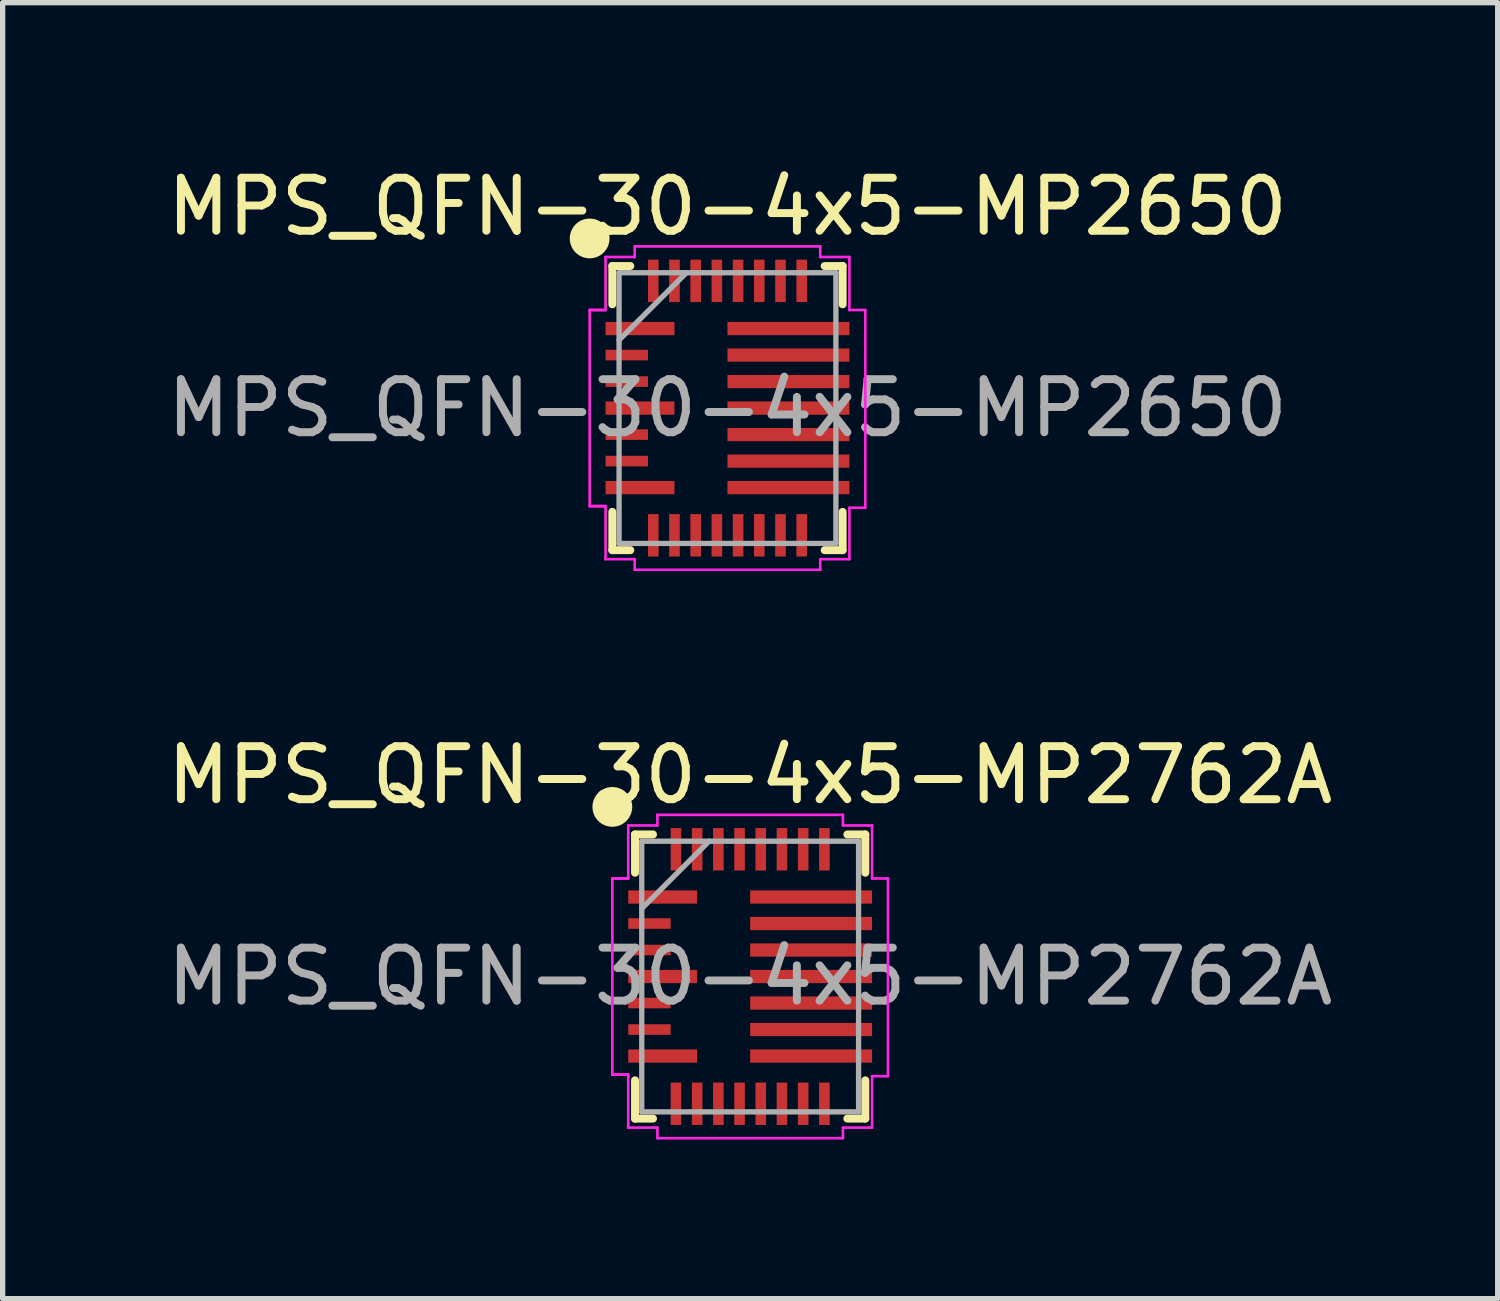
<source format=kicad_pcb>
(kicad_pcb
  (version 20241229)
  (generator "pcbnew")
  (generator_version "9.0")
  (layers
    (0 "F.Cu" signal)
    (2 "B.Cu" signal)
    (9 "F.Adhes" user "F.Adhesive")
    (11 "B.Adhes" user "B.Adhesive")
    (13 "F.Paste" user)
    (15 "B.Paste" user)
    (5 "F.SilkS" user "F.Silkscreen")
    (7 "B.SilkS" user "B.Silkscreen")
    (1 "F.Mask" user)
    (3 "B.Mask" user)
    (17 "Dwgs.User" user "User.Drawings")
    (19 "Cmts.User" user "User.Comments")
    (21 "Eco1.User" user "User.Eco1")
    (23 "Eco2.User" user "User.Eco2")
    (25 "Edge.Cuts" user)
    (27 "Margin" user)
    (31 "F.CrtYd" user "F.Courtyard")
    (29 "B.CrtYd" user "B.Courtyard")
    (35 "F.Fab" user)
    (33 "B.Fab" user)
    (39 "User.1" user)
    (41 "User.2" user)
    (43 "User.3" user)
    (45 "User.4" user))
  (footprint "MPS_QFN-30-4x5-MP2650"
    (layer "F.Cu")
    (at 10.673 4.648)
    (property "Reference" "MPS_QFN-30-4x5-MP2650" (at 0 -3.8 0) (unlocked yes) (layer "F.SilkS") (effects (font (size 1 1) (thickness 0.15))))
    (attr smd)
    (fp_line (start -2.172 -2.68) (end -2.172 -1.958) (stroke (width 0.15) (type solid)) (layer "F.SilkS"))
    (fp_line (start -2.172 1.958) (end -2.172 2.68) (stroke (width 0.15) (type solid)) (layer "F.SilkS"))
    (fp_line (start -2.172 2.68) (end -1.833 2.68) (stroke (width 0.15) (type solid)) (layer "F.SilkS"))
    (fp_line (start -1.833 -2.68) (end -2.172 -2.68) (stroke (width 0.15) (type solid)) (layer "F.SilkS"))
    (fp_line (start 1.833 2.68) (end 2.172 2.68) (stroke (width 0.15) (type solid)) (layer "F.SilkS"))
    (fp_line (start 2.172 -2.68) (end 1.833 -2.68) (stroke (width 0.15) (type solid)) (layer "F.SilkS"))
    (fp_line (start 2.172 -1.958) (end 2.172 -2.68) (stroke (width 0.15) (type solid)) (layer "F.SilkS"))
    (fp_line (start 2.172 2.68) (end 2.172 1.958) (stroke (width 0.15) (type solid)) (layer "F.SilkS"))
    (fp_circle (center -2.6 -3.2) (end -2.3 -3.2) (stroke (width 0.15) (type solid)) (fill yes) (layer "F.SilkS"))
    (fp_line (start -2.6 -1.85) (end -2.6 1.85) (stroke (width 0.05) (type default)) (layer "F.CrtYd"))
    (fp_line (start -2.6 1.85) (end -2.3 1.85) (stroke (width 0.05) (type solid)) (layer "F.CrtYd"))
    (fp_line (start -2.6 1.85) (end -2.3 1.85) (stroke (width 0.05) (type default)) (layer "F.CrtYd"))
    (fp_line (start -2.3 -2.85) (end -2.3 -1.85) (stroke (width 0.05) (type default)) (layer "F.CrtYd"))
    (fp_line (start -2.3 -1.85) (end -2.6 -1.85) (stroke (width 0.05) (type solid)) (layer "F.CrtYd"))
    (fp_line (start -2.3 -1.85) (end -2.6 -1.85) (stroke (width 0.05) (type default)) (layer "F.CrtYd"))
    (fp_line (start -2.3 1.85) (end -2.3 2.85) (stroke (width 0.05) (type default)) (layer "F.CrtYd"))
    (fp_line (start -2.3 2.85) (end -1.75 2.85) (stroke (width 0.05) (type solid)) (layer "F.CrtYd"))
    (fp_line (start -1.75 -3.05) (end -1.75 -2.85) (stroke (width 0.05) (type default)) (layer "F.CrtYd"))
    (fp_line (start -1.75 -2.85) (end -2.3 -2.85) (stroke (width 0.05) (type solid)) (layer "F.CrtYd"))
    (fp_line (start -1.75 2.85) (end -1.75 3.05) (stroke (width 0.05) (type default)) (layer "F.CrtYd"))
    (fp_line (start -1.75 3.05) (end 1.75 3.05) (stroke (width 0.05) (type solid)) (layer "F.CrtYd"))
    (fp_line (start 1.75 -3.05) (end -1.75 -3.05) (stroke (width 0.05) (type solid)) (layer "F.CrtYd"))
    (fp_line (start 1.75 -3.05) (end 1.75 -2.85) (stroke (width 0.05) (type default)) (layer "F.CrtYd"))
    (fp_line (start 1.75 2.85) (end 1.75 3.05) (stroke (width 0.05) (type default)) (layer "F.CrtYd"))
    (fp_line (start 1.75 2.85) (end 2.3 2.85) (stroke (width 0.05) (type solid)) (layer "F.CrtYd"))
    (fp_line (start 2.3 -2.85) (end 1.75 -2.85) (stroke (width 0.05) (type solid)) (layer "F.CrtYd"))
    (fp_line (start 2.3 -1.85) (end 2.3 -2.85) (stroke (width 0.05) (type default)) (layer "F.CrtYd"))
    (fp_line (start 2.3 1.88) (end 2.6 1.88) (stroke (width 0.05) (type solid)) (layer "F.CrtYd"))
    (fp_line (start 2.3 2.85) (end 2.3 1.88) (stroke (width 0.05) (type default)) (layer "F.CrtYd"))
    (fp_line (start 2.6 -1.85) (end 2.3 -1.85) (stroke (width 0.05) (type solid)) (layer "F.CrtYd"))
    (fp_line (start 2.6 1.88) (end 2.6 -1.85) (stroke (width 0.05) (type default)) (layer "F.CrtYd"))
    (fp_line (start -2.045 -2.553) (end -2.045 2.553) (stroke (width 0.1) (type solid)) (layer "F.Fab"))
    (fp_line (start -2.045 -1.283) (end -0.775 -2.553) (stroke (width 0.1) (type solid)) (layer "F.Fab"))
    (fp_line (start -2.045 2.553) (end 2.045 2.553) (stroke (width 0.1) (type solid)) (layer "F.Fab"))
    (fp_line (start 2.045 -2.553) (end -2.045 -2.553) (stroke (width 0.1) (type solid)) (layer "F.Fab"))
    (fp_line (start 2.045 2.553) (end 2.045 -2.553) (stroke (width 0.1) (type solid)) (layer "F.Fab"))
    (fp_text user "${REFERENCE}" (at 0 0 0) (unlocked yes) (layer "F.Fab") (effects (font (size 1 1) (thickness 0.15))))
    (pad "1" smd rect (at -1.65 -1.5) (size 1.3 0.25) (layers "F.Cu" "F.Mask" "F.Paste"))
    (pad "2" smd rect (at -1.9 -1) (size 0.8 0.2) (layers "F.Cu" "F.Mask" "F.Paste"))
    (pad "3" smd rect (at -1.9 -0.5) (size 0.8 0.2) (layers "F.Cu" "F.Mask" "F.Paste"))
    (pad "4" smd rect (at -1.65 0) (size 1.3 0.25) (layers "F.Cu" "F.Mask" "F.Paste"))
    (pad "5" smd rect (at -1.9 0.5) (size 0.8 0.2) (layers "F.Cu" "F.Mask" "F.Paste"))
    (pad "6" smd rect (at -1.9 1) (size 0.8 0.2) (layers "F.Cu" "F.Mask" "F.Paste"))
    (pad "7" smd rect (at -1.65 1.5) (size 1.3 0.25) (layers "F.Cu" "F.Mask" "F.Paste"))
    (pad "8" smd rect (at -1.4 2.4 90) (size 0.8 0.2) (layers "F.Cu" "F.Mask" "F.Paste"))
    (pad "9" smd rect (at -1 2.4 90) (size 0.8 0.2) (layers "F.Cu" "F.Mask" "F.Paste"))
    (pad "10" smd rect (at -0.6 2.4 90) (size 0.8 0.2) (layers "F.Cu" "F.Mask" "F.Paste"))
    (pad "11" smd rect (at -0.2 2.4 90) (size 0.8 0.2) (layers "F.Cu" "F.Mask" "F.Paste"))
    (pad "12" smd rect (at 0.2 2.4 90) (size 0.8 0.2) (layers "F.Cu" "F.Mask" "F.Paste"))
    (pad "13" smd rect (at 0.6 2.4 90) (size 0.8 0.2) (layers "F.Cu" "F.Mask" "F.Paste"))
    (pad "14" smd rect (at 1 2.4 90) (size 0.8 0.2) (layers "F.Cu" "F.Mask" "F.Paste"))
    (pad "15" smd rect (at 1.4 2.4 90) (size 0.8 0.2) (layers "F.Cu" "F.Mask" "F.Paste"))
    (pad "16" smd rect (at 1.15 1.5) (size 2.3 0.25) (layers "F.Cu" "F.Mask" "F.Paste"))
    (pad "17" smd rect (at 1.15 1) (size 2.3 0.25) (layers "F.Cu" "F.Mask" "F.Paste"))
    (pad "18" smd rect (at 1.15 0.5) (size 2.3 0.25) (layers "F.Cu" "F.Mask" "F.Paste"))
    (pad "19" smd rect (at 1.15 0) (size 2.3 0.25) (layers "F.Cu" "F.Mask" "F.Paste"))
    (pad "20" smd rect (at 1.15 -0.5) (size 2.3 0.25) (layers "F.Cu" "F.Mask" "F.Paste"))
    (pad "21" smd rect (at 1.15 -1) (size 2.3 0.25) (layers "F.Cu" "F.Mask" "F.Paste"))
    (pad "22" smd rect (at 1.15 -1.5) (size 2.3 0.25) (layers "F.Cu" "F.Mask" "F.Paste"))
    (pad "23" smd rect (at 1.4 -2.4 90) (size 0.8 0.2) (layers "F.Cu" "F.Mask" "F.Paste"))
    (pad "24" smd rect (at 1 -2.4 90) (size 0.8 0.2) (layers "F.Cu" "F.Mask" "F.Paste"))
    (pad "25" smd rect (at 0.6 -2.4 90) (size 0.8 0.2) (layers "F.Cu" "F.Mask" "F.Paste"))
    (pad "26" smd rect (at 0.2 -2.4 90) (size 0.8 0.2) (layers "F.Cu" "F.Mask" "F.Paste"))
    (pad "27" smd rect (at -0.2 -2.4 90) (size 0.8 0.2) (layers "F.Cu" "F.Mask" "F.Paste"))
    (pad "28" smd rect (at -0.6 -2.4 90) (size 0.8 0.2) (layers "F.Cu" "F.Mask" "F.Paste"))
    (pad "29" smd rect (at -1 -2.4 90) (size 0.8 0.2) (layers "F.Cu" "F.Mask" "F.Paste"))
    (pad "30" smd rect (at -1.4 -2.4 90) (size 0.8 0.2) (layers "F.Cu" "F.Mask" "F.Paste")))
  (footprint "MPS_QFN-30-4x5-MP2762A"
    (layer "F.Cu")
    (at 11.101 15.371)
    (property "Reference" "MPS_QFN-30-4x5-MP2762A" (at 0 -3.8 0) (unlocked yes) (layer "F.SilkS") (effects (font (size 1 1) (thickness 0.15))))
    (attr smd)
    (fp_line (start -2.172 -2.68) (end -2.172 -1.958) (stroke (width 0.15) (type solid)) (layer "F.SilkS"))
    (fp_line (start -2.172 1.958) (end -2.172 2.68) (stroke (width 0.15) (type solid)) (layer "F.SilkS"))
    (fp_line (start -2.172 2.68) (end -1.833 2.68) (stroke (width 0.15) (type solid)) (layer "F.SilkS"))
    (fp_line (start -1.833 -2.68) (end -2.172 -2.68) (stroke (width 0.15) (type solid)) (layer "F.SilkS"))
    (fp_line (start 1.833 2.68) (end 2.172 2.68) (stroke (width 0.15) (type solid)) (layer "F.SilkS"))
    (fp_line (start 2.172 -2.68) (end 1.833 -2.68) (stroke (width 0.15) (type solid)) (layer "F.SilkS"))
    (fp_line (start 2.172 -1.958) (end 2.172 -2.68) (stroke (width 0.15) (type solid)) (layer "F.SilkS"))
    (fp_line (start 2.172 2.68) (end 2.172 1.958) (stroke (width 0.15) (type solid)) (layer "F.SilkS"))
    (fp_circle (center -2.6 -3.2) (end -2.3 -3.2) (stroke (width 0.15) (type solid)) (fill yes) (layer "F.SilkS"))
    (fp_line (start -2.6 -1.85) (end -2.6 1.85) (stroke (width 0.05) (type default)) (layer "F.CrtYd"))
    (fp_line (start -2.6 1.85) (end -2.3 1.85) (stroke (width 0.05) (type default)) (layer "F.CrtYd"))
    (fp_line (start -2.6 1.85) (end -2.3 1.85) (stroke (width 0.05) (type solid)) (layer "F.CrtYd"))
    (fp_line (start -2.3 -2.85) (end -2.3 -1.85) (stroke (width 0.05) (type default)) (layer "F.CrtYd"))
    (fp_line (start -2.3 -1.85) (end -2.6 -1.85) (stroke (width 0.05) (type solid)) (layer "F.CrtYd"))
    (fp_line (start -2.3 -1.85) (end -2.6 -1.85) (stroke (width 0.05) (type default)) (layer "F.CrtYd"))
    (fp_line (start -2.3 1.85) (end -2.3 2.85) (stroke (width 0.05) (type default)) (layer "F.CrtYd"))
    (fp_line (start -2.3 2.85) (end -1.75 2.85) (stroke (width 0.05) (type solid)) (layer "F.CrtYd"))
    (fp_line (start -1.75 -3.05) (end -1.75 -2.85) (stroke (width 0.05) (type default)) (layer "F.CrtYd"))
    (fp_line (start -1.75 -2.85) (end -2.3 -2.85) (stroke (width 0.05) (type solid)) (layer "F.CrtYd"))
    (fp_line (start -1.75 2.85) (end -1.75 3.05) (stroke (width 0.05) (type default)) (layer "F.CrtYd"))
    (fp_line (start -1.75 3.05) (end 1.75 3.05) (stroke (width 0.05) (type solid)) (layer "F.CrtYd"))
    (fp_line (start 1.75 -3.05) (end -1.75 -3.05) (stroke (width 0.05) (type solid)) (layer "F.CrtYd"))
    (fp_line (start 1.75 -3.05) (end 1.75 -2.85) (stroke (width 0.05) (type default)) (layer "F.CrtYd"))
    (fp_line (start 1.75 2.85) (end 1.75 3.05) (stroke (width 0.05) (type default)) (layer "F.CrtYd"))
    (fp_line (start 1.75 2.85) (end 2.3 2.85) (stroke (width 0.05) (type solid)) (layer "F.CrtYd"))
    (fp_line (start 2.3 -2.85) (end 1.75 -2.85) (stroke (width 0.05) (type solid)) (layer "F.CrtYd"))
    (fp_line (start 2.3 -1.85) (end 2.3 -2.85) (stroke (width 0.05) (type default)) (layer "F.CrtYd"))
    (fp_line (start 2.3 1.88) (end 2.6 1.88) (stroke (width 0.05) (type solid)) (layer "F.CrtYd"))
    (fp_line (start 2.3 2.85) (end 2.3 1.88) (stroke (width 0.05) (type default)) (layer "F.CrtYd"))
    (fp_line (start 2.6 -1.85) (end 2.3 -1.85) (stroke (width 0.05) (type solid)) (layer "F.CrtYd"))
    (fp_line (start 2.6 1.88) (end 2.6 -1.85) (stroke (width 0.05) (type default)) (layer "F.CrtYd"))
    (fp_line (start -2.045 -2.553) (end -2.045 2.553) (stroke (width 0.1) (type solid)) (layer "F.Fab"))
    (fp_line (start -2.045 -1.283) (end -0.775 -2.553) (stroke (width 0.1) (type solid)) (layer "F.Fab"))
    (fp_line (start -2.045 2.553) (end 2.045 2.553) (stroke (width 0.1) (type solid)) (layer "F.Fab"))
    (fp_line (start 2.045 -2.553) (end -2.045 -2.553) (stroke (width 0.1) (type solid)) (layer "F.Fab"))
    (fp_line (start 2.045 2.553) (end 2.045 -2.553) (stroke (width 0.1) (type solid)) (layer "F.Fab"))
    (fp_text user "${REFERENCE}" (at 0 0 0) (unlocked yes) (layer "F.Fab") (effects (font (size 1 1) (thickness 0.15))))
    (pad "1" smd rect (at -1.65 -1.5) (size 1.3 0.25) (layers "F.Cu" "F.Mask" "F.Paste"))
    (pad "2" smd rect (at -1.9 -1) (size 0.8 0.2) (layers "F.Cu" "F.Mask" "F.Paste"))
    (pad "3" smd rect (at -1.9 -0.5) (size 0.8 0.2) (layers "F.Cu" "F.Mask" "F.Paste"))
    (pad "4" smd rect (at -1.65 0) (size 1.3 0.25) (layers "F.Cu" "F.Mask" "F.Paste"))
    (pad "5" smd rect (at -1.9 0.5) (size 0.8 0.2) (layers "F.Cu" "F.Mask" "F.Paste"))
    (pad "6" smd rect (at -1.9 1) (size 0.8 0.2) (layers "F.Cu" "F.Mask" "F.Paste"))
    (pad "7" smd rect (at -1.65 1.5) (size 1.3 0.25) (layers "F.Cu" "F.Mask" "F.Paste"))
    (pad "8" smd rect (at -1.4 2.4 90) (size 0.8 0.2) (layers "F.Cu" "F.Mask" "F.Paste"))
    (pad "9" smd rect (at -1 2.4 90) (size 0.8 0.2) (layers "F.Cu" "F.Mask" "F.Paste"))
    (pad "10" smd rect (at -0.6 2.4 90) (size 0.8 0.2) (layers "F.Cu" "F.Mask" "F.Paste"))
    (pad "11" smd rect (at -0.2 2.4 90) (size 0.8 0.2) (layers "F.Cu" "F.Mask" "F.Paste"))
    (pad "12" smd rect (at 0.2 2.4 90) (size 0.8 0.2) (layers "F.Cu" "F.Mask" "F.Paste"))
    (pad "13" smd rect (at 0.6 2.4 90) (size 0.8 0.2) (layers "F.Cu" "F.Mask" "F.Paste"))
    (pad "14" smd rect (at 1 2.4 90) (size 0.8 0.2) (layers "F.Cu" "F.Mask" "F.Paste"))
    (pad "15" smd rect (at 1.4 2.4 90) (size 0.8 0.2) (layers "F.Cu" "F.Mask" "F.Paste"))
    (pad "16" smd rect (at 1.15 1.5) (size 2.3 0.25) (layers "F.Cu" "F.Mask" "F.Paste"))
    (pad "17" smd rect (at 1.15 1) (size 2.3 0.25) (layers "F.Cu" "F.Mask" "F.Paste"))
    (pad "18" smd rect (at 1.15 0.5) (size 2.3 0.25) (layers "F.Cu" "F.Mask" "F.Paste"))
    (pad "19" smd rect (at 1.15 0) (size 2.3 0.25) (layers "F.Cu" "F.Mask" "F.Paste"))
    (pad "20" smd rect (at 1.15 -0.5) (size 2.3 0.25) (layers "F.Cu" "F.Mask" "F.Paste"))
    (pad "21" smd rect (at 1.15 -1) (size 2.3 0.25) (layers "F.Cu" "F.Mask" "F.Paste"))
    (pad "22" smd rect (at 1.15 -1.5) (size 2.3 0.25) (layers "F.Cu" "F.Mask" "F.Paste"))
    (pad "23" smd rect (at 1.4 -2.4 90) (size 0.8 0.2) (layers "F.Cu" "F.Mask" "F.Paste"))
    (pad "24" smd rect (at 1 -2.4 90) (size 0.8 0.2) (layers "F.Cu" "F.Mask" "F.Paste"))
    (pad "25" smd rect (at 0.6 -2.4 90) (size 0.8 0.2) (layers "F.Cu" "F.Mask" "F.Paste"))
    (pad "26" smd rect (at 0.2 -2.4 90) (size 0.8 0.2) (layers "F.Cu" "F.Mask" "F.Paste"))
    (pad "27" smd rect (at -0.2 -2.4 90) (size 0.8 0.2) (layers "F.Cu" "F.Mask" "F.Paste"))
    (pad "28" smd rect (at -0.6 -2.4 90) (size 0.8 0.2) (layers "F.Cu" "F.Mask" "F.Paste"))
    (pad "29" smd rect (at -1 -2.4 90) (size 0.8 0.2) (layers "F.Cu" "F.Mask" "F.Paste"))
    (pad "30" smd rect (at -1.4 -2.4 90) (size 0.8 0.2) (layers "F.Cu" "F.Mask" "F.Paste")))
  (gr_rect
    (start -3 -3)
    (end 25.202 21.447)
    (stroke (width 0.1) (type default))
    (fill no)
    (layer "Edge.Cuts")))
</source>
